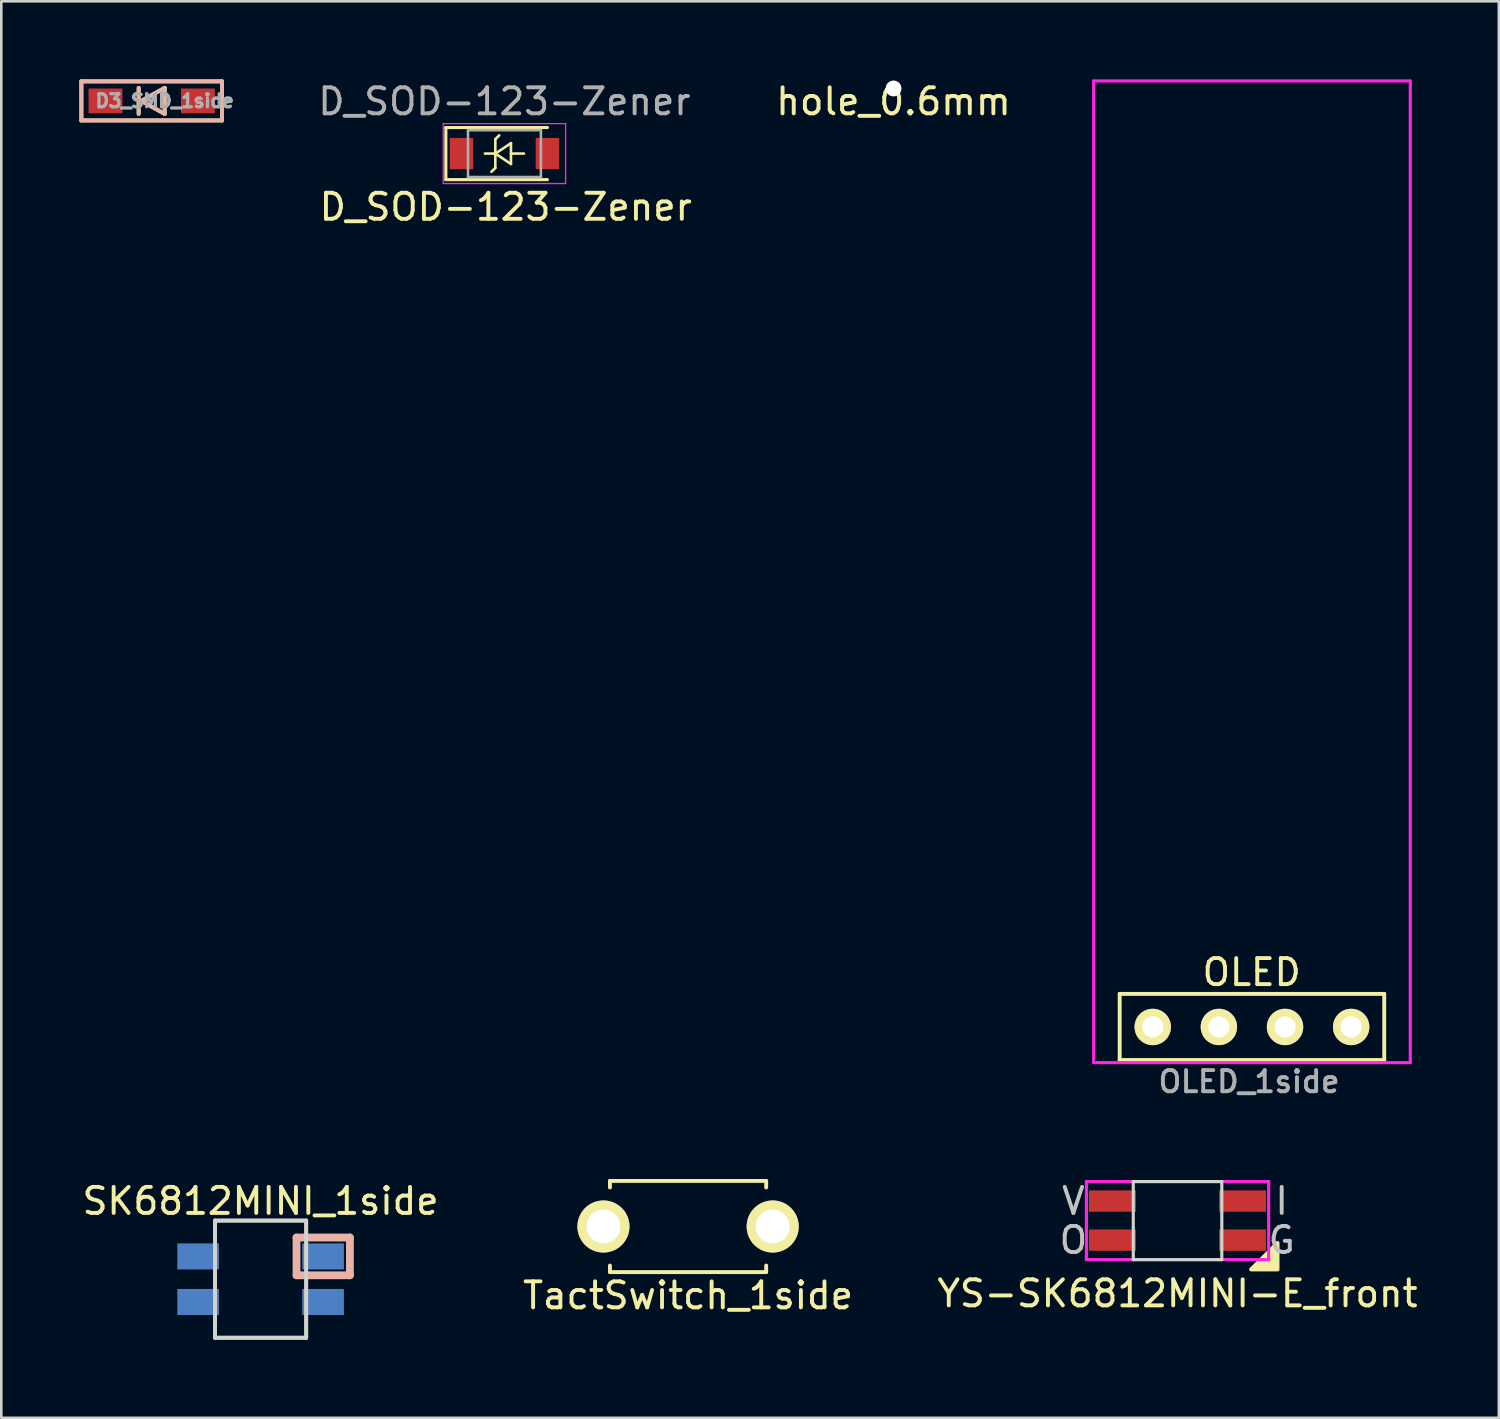
<source format=kicad_pcb>
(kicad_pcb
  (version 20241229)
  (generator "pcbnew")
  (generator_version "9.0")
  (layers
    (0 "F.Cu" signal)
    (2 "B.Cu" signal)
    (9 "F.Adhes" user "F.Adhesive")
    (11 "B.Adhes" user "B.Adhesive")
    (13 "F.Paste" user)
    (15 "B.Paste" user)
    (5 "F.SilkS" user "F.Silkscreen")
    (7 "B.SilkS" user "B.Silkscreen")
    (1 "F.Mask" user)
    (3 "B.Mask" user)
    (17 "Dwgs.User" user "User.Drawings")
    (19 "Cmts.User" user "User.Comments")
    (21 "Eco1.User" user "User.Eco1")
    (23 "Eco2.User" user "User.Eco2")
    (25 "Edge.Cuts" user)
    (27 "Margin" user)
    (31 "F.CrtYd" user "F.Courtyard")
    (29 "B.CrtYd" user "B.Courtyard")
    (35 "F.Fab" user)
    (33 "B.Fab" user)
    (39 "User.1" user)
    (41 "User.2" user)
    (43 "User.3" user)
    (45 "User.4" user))
  (footprint "SK6812MINI_1side"
    (layer "F.Cu")
    (at 6.958 46.077)
    (property "Reference" "SK6812MINI_1side" (at 0 -3 0) (layer "F.SilkS") (effects (font (size 1 1) (thickness 0.15))))
    (attr through_hole)
    (fp_line (start 1.38 -1.6) (end 3.43 -1.6) (stroke (width 0.3) (type solid)) (layer "B.SilkS"))
    (fp_line (start 1.38 -0.15) (end 1.38 -1.6) (stroke (width 0.3) (type solid)) (layer "B.SilkS"))
    (fp_line (start 3.43 -1.6) (end 3.43 -0.15) (stroke (width 0.3) (type solid)) (layer "B.SilkS"))
    (fp_line (start 3.43 -0.15) (end 1.38 -0.15) (stroke (width 0.3) (type solid)) (layer "B.SilkS"))
    (fp_line (start -1.75 -2.25) (end -1.75 2.25) (stroke (width 0.15) (type solid)) (layer "Edge.Cuts"))
    (fp_line (start -1.75 -2.25) (end 1.75 -2.25) (stroke (width 0.15) (type solid)) (layer "Edge.Cuts"))
    (fp_line (start 1.75 -2.25) (end 1.75 2.25) (stroke (width 0.15) (type solid)) (layer "Edge.Cuts"))
    (fp_line (start 1.75 2.25) (end -1.75 2.25) (stroke (width 0.15) (type solid)) (layer "Edge.Cuts"))
    (fp_line (start -1.75 -2.25) (end -1.75 2.25) (stroke (width 0.15) (type solid)) (layer "F.Fab"))
    (fp_line (start -1.75 -2.25) (end 1.75 -2.25) (stroke (width 0.15) (type solid)) (layer "F.Fab"))
    (fp_line (start 1.75 -2.25) (end 1.75 2.25) (stroke (width 0.15) (type solid)) (layer "F.Fab"))
    (fp_line (start 1.75 2.25) (end -1.75 2.25) (stroke (width 0.15) (type solid)) (layer "F.Fab"))
    (pad "1" smd rect (at -2.4 -0.875) (size 1.6 1) (layers "B.Cu" "B.Mask" "B.Paste"))
    (pad "2" smd rect (at -2.4 0.875) (size 1.6 1) (layers "B.Cu" "B.Mask" "B.Paste"))
    (pad "3" smd rect (at 2.4 0.875) (size 1.6 1) (layers "B.Cu" "B.Mask" "B.Paste"))
    (pad "4" smd rect (at 2.4 -0.875) (size 1.6 1) (layers "B.Cu" "B.Mask" "B.Paste")))
  (footprint "OLED_1side"
    (layer "F.Cu")
    (at 41.221 36.39)
    (property "Reference" "OLED_1side" (at 3.7 2.1 180) (layer "F.Fab") (effects (font (size 0.813 0.813) (thickness 0.15))))
    (attr through_hole)
    (fp_line (start -1.27 -1.27) (end 8.89 -1.27) (stroke (width 0.15) (type solid)) (layer "F.SilkS"))
    (fp_line (start -1.27 1.27) (end -1.27 -1.27) (stroke (width 0.15) (type solid)) (layer "F.SilkS"))
    (fp_line (start -1.27 1.27) (end 8.89 1.27) (stroke (width 0.15) (type solid)) (layer "F.SilkS"))
    (fp_line (start 8.89 -1.27) (end 8.89 1.27) (stroke (width 0.15) (type solid)) (layer "F.SilkS"))
    (fp_line (start -2.27 -36.33) (end -2.27 1.37) (stroke (width 0.12) (type solid)) (layer "F.CrtYd"))
    (fp_line (start -2.27 -36.33) (end 9.89 -36.33) (stroke (width 0.12) (type solid)) (layer "F.CrtYd"))
    (fp_line (start -2.27 1.37) (end 9.89 1.37) (stroke (width 0.12) (type solid)) (layer "F.CrtYd"))
    (fp_line (start 9.89 -36.33) (end 9.89 1.37) (stroke (width 0.12) (type solid)) (layer "F.CrtYd"))
    (fp_text user "OLED" (at 3.8 -2.1 0) (layer "F.SilkS") (effects (font (size 1 1) (thickness 0.15))))
    (pad "1" thru_hole circle (at 0 0) (size 1.397 1.397) (drill 0.813) (layers "*.Cu" "B.Mask" "F.SilkS"))
    (pad "2" thru_hole circle (at 2.54 0) (size 1.397 1.397) (drill 0.813) (layers "*.Cu" "B.Mask" "F.SilkS"))
    (pad "3" thru_hole circle (at 5.08 0) (size 1.397 1.397) (drill 0.813) (layers "*.Cu" "B.Mask" "F.SilkS"))
    (pad "4" thru_hole circle (at 7.62 0) (size 1.397 1.397) (drill 0.813) (layers "*.Cu" "B.Mask" "F.SilkS")))
  (footprint "D3_SMD_1side"
    (layer "F.Cu")
    (at 2.775 0.825)
    (property "Reference" "D3_SMD_1side" (at 0.5 0 0) (layer "F.Fab") (effects (font (size 0.5 0.5) (thickness 0.125))))
    (attr through_hole)
    (fp_line (start -2.7 -0.75) (end -2.7 0.75) (stroke (width 0.15) (type solid)) (layer "F.SilkS"))
    (fp_line (start -2.7 0.75) (end 2.7 0.75) (stroke (width 0.15) (type solid)) (layer "F.SilkS"))
    (fp_line (start -0.5 -0.5) (end -0.5 0.5) (stroke (width 0.15) (type solid)) (layer "F.SilkS"))
    (fp_line (start -0.4 0) (end 0.5 -0.5) (stroke (width 0.15) (type solid)) (layer "F.SilkS"))
    (fp_line (start 0.5 -0.5) (end 0.5 0.5) (stroke (width 0.15) (type solid)) (layer "F.SilkS"))
    (fp_line (start 0.5 0.5) (end -0.4 0) (stroke (width 0.15) (type solid)) (layer "F.SilkS"))
    (fp_line (start 2.7 -0.75) (end -2.7 -0.75) (stroke (width 0.15) (type solid)) (layer "F.SilkS"))
    (fp_line (start 2.7 -0.75) (end 2.7 0.75) (stroke (width 0.15) (type solid)) (layer "F.SilkS"))
    (fp_line (start -2.7 -0.75) (end -2.7 0.75) (stroke (width 0.15) (type solid)) (layer "B.SilkS"))
    (fp_line (start -2.7 0.75) (end 2.7 0.75) (stroke (width 0.15) (type solid)) (layer "B.SilkS"))
    (fp_line (start -0.5 -0.5) (end -0.5 0.5) (stroke (width 0.15) (type solid)) (layer "B.SilkS"))
    (fp_line (start -0.4 0) (end 0.5 -0.5) (stroke (width 0.15) (type solid)) (layer "B.SilkS"))
    (fp_line (start 0.5 -0.5) (end 0.5 0.5) (stroke (width 0.15) (type solid)) (layer "B.SilkS"))
    (fp_line (start 0.5 0.5) (end -0.4 0) (stroke (width 0.15) (type solid)) (layer "B.SilkS"))
    (fp_line (start 2.7 -0.75) (end -2.7 -0.75) (stroke (width 0.15) (type solid)) (layer "B.SilkS"))
    (fp_line (start 2.7 0.75) (end 2.7 -0.75) (stroke (width 0.15) (type solid)) (layer "B.SilkS"))
    (pad "1" smd rect (at -1.775 0) (size 1.3 0.95) (layers "F.Cu" "F.Mask" "F.Paste"))
    (pad "2" smd rect (at 1.775 0) (size 1.3 0.95) (layers "F.Cu" "F.Mask" "F.Paste")))
  (footprint "TactSwitch_1side"
    (layer "F.Cu")
    (at 23.375 44.054)
    (property "Reference" "TactSwitch_1side" (at 0 2.65 0) (layer "F.SilkS") (effects (font (size 1 1) (thickness 0.15))))
    (attr through_hole)
    (fp_line (start -3 -1.75) (end -3 -1.5) (stroke (width 0.15) (type solid)) (layer "F.SilkS"))
    (fp_line (start -3 -1.75) (end 3 -1.75) (stroke (width 0.15) (type solid)) (layer "F.SilkS"))
    (fp_line (start -3 1.75) (end -3 1.5) (stroke (width 0.15) (type solid)) (layer "F.SilkS"))
    (fp_line (start -3 1.75) (end 3 1.75) (stroke (width 0.15) (type solid)) (layer "F.SilkS"))
    (fp_line (start 3 -1.75) (end 3 -1.5) (stroke (width 0.15) (type solid)) (layer "F.SilkS"))
    (fp_line (start 3 1.75) (end 3 1.5) (stroke (width 0.15) (type solid)) (layer "F.SilkS"))
    (pad "1" thru_hole circle (at 3.25 0) (size 2 2) (drill 1.3) (layers "*.Cu" "B.Mask" "F.SilkS"))
    (pad "2" thru_hole circle (at -3.25 0) (size 2 2) (drill 1.3) (layers "*.Cu" "B.Mask" "F.SilkS")))
  (footprint "D_SOD-123-Zener"
    (layer "F.Cu")
    (at 16.323 2.848)
    (property "Reference" "D_SOD-123-Zener" (at 0.05 2.05 0) (layer "F.SilkS") (effects (font (size 1 1) (thickness 0.15))))
    (attr smd)
    (fp_line (start -2.25 -1) (end -2.25 1) (stroke (width 0.12) (type solid)) (layer "F.SilkS"))
    (fp_line (start -2.25 -1) (end 1.65 -1) (stroke (width 0.12) (type solid)) (layer "F.SilkS"))
    (fp_line (start -2.25 1) (end 1.65 1) (stroke (width 0.12) (type solid)) (layer "F.SilkS"))
    (fp_line (start -0.75 0) (end -0.35 0) (stroke (width 0.1) (type solid)) (layer "F.SilkS"))
    (fp_line (start -0.5 0.7) (end -0.35 0.55) (stroke (width 0.1) (type solid)) (layer "F.SilkS"))
    (fp_line (start -0.35 0) (end -0.35 -0.55) (stroke (width 0.1) (type solid)) (layer "F.SilkS"))
    (fp_line (start -0.35 0) (end -0.35 0.55) (stroke (width 0.1) (type solid)) (layer "F.SilkS"))
    (fp_line (start -0.35 0) (end 0.25 -0.4) (stroke (width 0.1) (type solid)) (layer "F.SilkS"))
    (fp_line (start -0.2 -0.7) (end -0.35 -0.55) (stroke (width 0.1) (type solid)) (layer "F.SilkS"))
    (fp_line (start 0.25 -0.4) (end 0.25 0.4) (stroke (width 0.1) (type solid)) (layer "F.SilkS"))
    (fp_line (start 0.25 0) (end 0.75 0) (stroke (width 0.1) (type solid)) (layer "F.SilkS"))
    (fp_line (start 0.25 0.4) (end -0.35 0) (stroke (width 0.1) (type solid)) (layer "F.SilkS"))
    (fp_line (start -2.35 -1.15) (end -2.35 1.15) (stroke (width 0.05) (type solid)) (layer "F.CrtYd"))
    (fp_line (start -2.35 -1.15) (end 2.35 -1.15) (stroke (width 0.05) (type solid)) (layer "F.CrtYd"))
    (fp_line (start 2.35 -1.15) (end 2.35 1.15) (stroke (width 0.05) (type solid)) (layer "F.CrtYd"))
    (fp_line (start 2.35 1.15) (end -2.35 1.15) (stroke (width 0.05) (type solid)) (layer "F.CrtYd"))
    (fp_line (start -1.4 -0.9) (end 1.4 -0.9) (stroke (width 0.1) (type solid)) (layer "F.Fab"))
    (fp_line (start -1.4 0.9) (end -1.4 -0.9) (stroke (width 0.1) (type solid)) (layer "F.Fab"))
    (fp_line (start 1.4 -0.9) (end 1.4 0.9) (stroke (width 0.1) (type solid)) (layer "F.Fab"))
    (fp_line (start 1.4 0.9) (end -1.4 0.9) (stroke (width 0.1) (type solid)) (layer "F.Fab"))
    (fp_text user "${REFERENCE}" (at 0 -2 0) (layer "F.Fab") (effects (font (size 1 1) (thickness 0.15))))
    (pad "1" smd rect (at -1.65 0) (size 0.9 1.2) (layers "F.Cu" "F.Mask" "F.Paste"))
    (pad "2" smd rect (at 1.65 0) (size 0.9 1.2) (layers "F.Cu" "F.Mask" "F.Paste")))
  (footprint "hole_0.6mm"
    (layer "F.Cu")
    (at 31.266 0.348)
    (property "Reference" "hole_0.6mm" (at 0 0.5 0) (layer "F.SilkS") (effects (font (size 1 1) (thickness 0.15))))
    (attr through_hole)
    (pad "1" thru_hole circle (at 0 0) (size 0.6 0.6) (drill 0.6) (layers "*.Cu" "*.Mask")))
  (footprint "YS-SK6812MINI-E_front"
    (layer "F.Cu")
    (at 42.173 43.827)
    (property "Reference" "YS-SK6812MINI-E_front" (at 0 2.8 0) (layer "F.SilkS") (effects (font (size 1 1) (thickness 0.15))))
    (attr through_hole)
    (fp_poly (pts (xy 2.825 1.875) (xy 3.841 0.859) (xy 3.841 1.875)) (stroke (width 0.15) (type solid)) (fill yes) (layer "F.SilkS"))
    (fp_line (start -1.7 -1.5) (end -1.7 1.5) (stroke (width 0.12) (type solid)) (layer "Edge.Cuts"))
    (fp_line (start -1.7 1.5) (end 1.7 1.5) (stroke (width 0.12) (type solid)) (layer "Edge.Cuts"))
    (fp_line (start 1.7 -1.5) (end -1.7 -1.5) (stroke (width 0.12) (type solid)) (layer "Edge.Cuts"))
    (fp_line (start 1.7 1.5) (end 1.7 -1.5) (stroke (width 0.12) (type solid)) (layer "Edge.Cuts"))
    (fp_line (start -3.5 -1.5) (end -3.5 1.5) (stroke (width 0.12) (type solid)) (layer "F.CrtYd"))
    (fp_line (start -3.5 1.5) (end 3.5 1.5) (stroke (width 0.12) (type solid)) (layer "F.CrtYd"))
    (fp_line (start 3.5 -1.5) (end -3.5 -1.5) (stroke (width 0.12) (type solid)) (layer "F.CrtYd"))
    (fp_line (start 3.5 1.5) (end 3.5 -1.5) (stroke (width 0.12) (type solid)) (layer "F.CrtYd"))
    (fp_text user "O" (at -4 0.75 0) (layer "Dwgs.User") (effects (font (size 1 1) (thickness 0.15))))
    (fp_text user "V" (at -4 -0.75 0) (layer "Dwgs.User") (effects (font (size 1 1) (thickness 0.15))))
    (fp_text user "G" (at 4 0.75 0) (layer "Dwgs.User") (effects (font (size 1 1) (thickness 0.15))))
    (fp_text user "I" (at 4 -0.75 0) (layer "Dwgs.User") (effects (font (size 1 1) (thickness 0.15))))
    (pad "1" smd rect (at -2.5 -0.75) (size 1.8 0.82) (layers "F.Cu" "F.Mask" "F.Paste"))
    (pad "2" smd rect (at -2.5 0.75) (size 1.8 0.82) (layers "F.Cu" "F.Mask" "F.Paste"))
    (pad "3" smd rect (at 2.5 0.75) (size 1.8 0.82) (layers "F.Cu" "F.Mask" "F.Paste"))
    (pad "4" smd rect (at 2.5 -0.75) (size 1.8 0.82) (layers "F.Cu" "F.Mask" "F.Paste")))
  (gr_rect
    (start -3 -3)
    (end 54.512 51.402)
    (stroke (width 0.1) (type default))
    (fill no)
    (layer "Edge.Cuts")))
</source>
